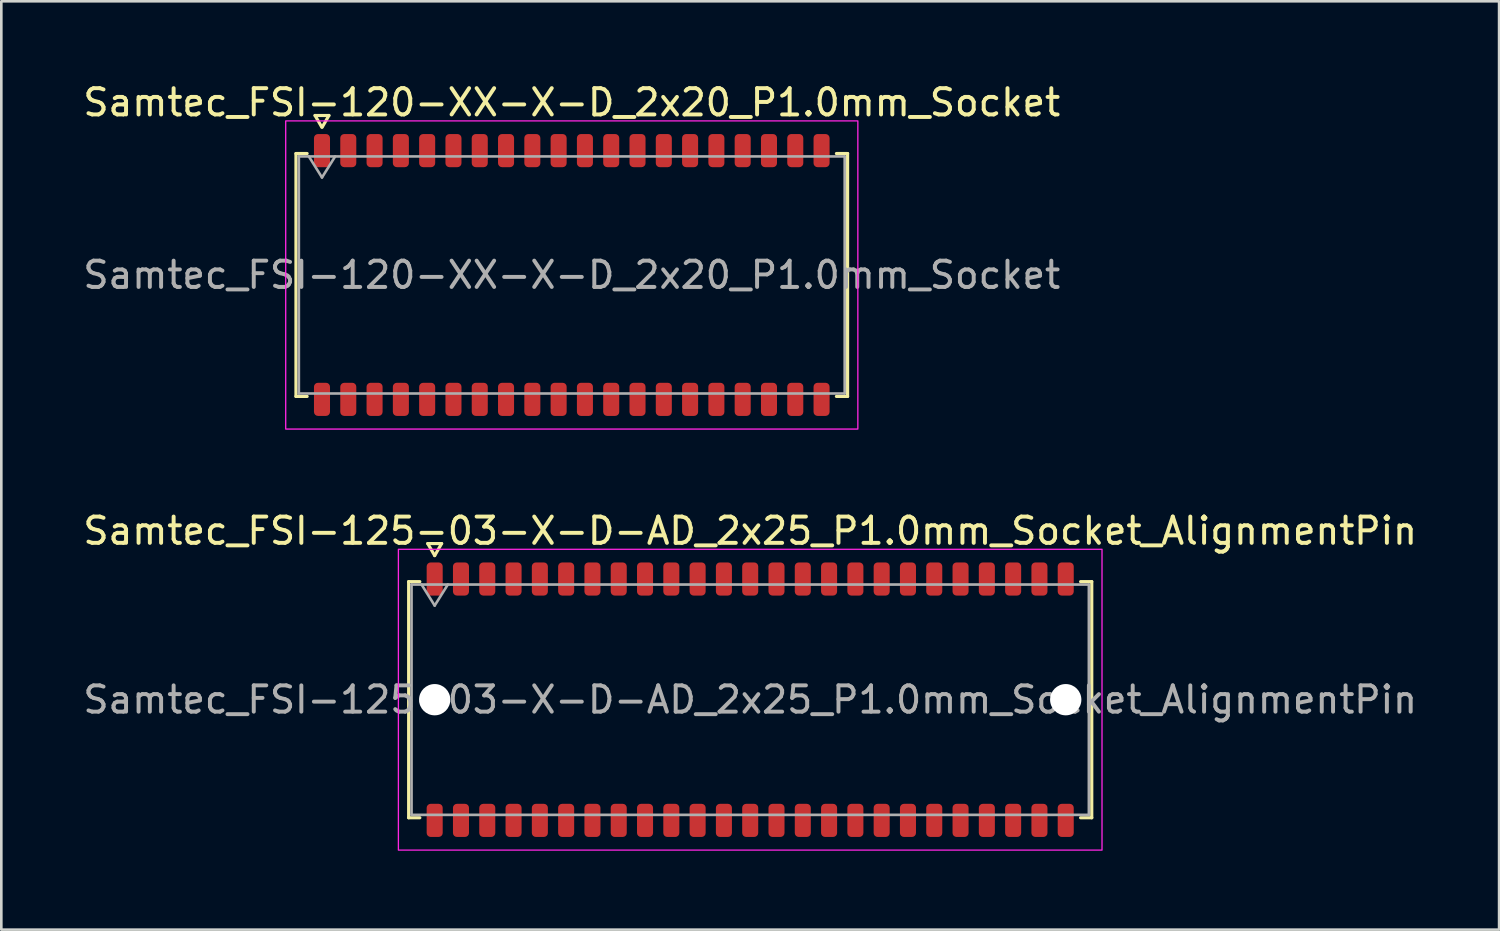
<source format=kicad_pcb>
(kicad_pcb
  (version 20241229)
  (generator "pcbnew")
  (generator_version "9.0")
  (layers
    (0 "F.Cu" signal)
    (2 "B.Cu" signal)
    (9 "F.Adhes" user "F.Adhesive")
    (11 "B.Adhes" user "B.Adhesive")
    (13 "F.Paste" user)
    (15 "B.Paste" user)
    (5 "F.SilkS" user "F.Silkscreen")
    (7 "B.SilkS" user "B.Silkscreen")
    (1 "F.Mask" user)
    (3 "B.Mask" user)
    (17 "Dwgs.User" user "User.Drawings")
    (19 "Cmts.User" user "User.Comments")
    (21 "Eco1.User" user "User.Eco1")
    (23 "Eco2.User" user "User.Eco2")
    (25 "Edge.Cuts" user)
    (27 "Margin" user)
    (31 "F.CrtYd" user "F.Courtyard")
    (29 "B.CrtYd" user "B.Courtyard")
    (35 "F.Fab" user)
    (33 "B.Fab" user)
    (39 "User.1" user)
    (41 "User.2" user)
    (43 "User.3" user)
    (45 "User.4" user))
  (footprint "Samtec_FSI-125-03-X-D-AD_2x25_P1.0mm_Socket_AlignmentPin"
    (layer "F.Cu")
    (at 25.482 23.561)
    (property "Reference" "Samtec_FSI-125-03-X-D-AD_2x25_P1.0mm_Socket_AlignmentPin" (at 0 -6.42 0) (layer "F.SilkS") (effects (font (size 1 1) (thickness 0.15))))
    (attr smd)
    (fp_line (start -12.99 -4.49) (end -12.565 -4.49) (stroke (width 0.12) (type solid)) (layer "F.SilkS"))
    (fp_line (start -12.99 4.49) (end -12.99 -4.49) (stroke (width 0.12) (type solid)) (layer "F.SilkS"))
    (fp_line (start -12.565 4.49) (end -12.99 4.49) (stroke (width 0.12) (type solid)) (layer "F.SilkS"))
    (fp_line (start -12.264 -5.938) (end -12 -5.48) (stroke (width 0.12) (type solid)) (layer "F.SilkS"))
    (fp_line (start -12 -5.48) (end -11.736 -5.938) (stroke (width 0.12) (type solid)) (layer "F.SilkS"))
    (fp_line (start -11.736 -5.938) (end -12.264 -5.938) (stroke (width 0.12) (type solid)) (layer "F.SilkS"))
    (fp_line (start 12.565 -4.49) (end 12.99 -4.49) (stroke (width 0.12) (type solid)) (layer "F.SilkS"))
    (fp_line (start 12.99 -4.49) (end 12.99 4.49) (stroke (width 0.12) (type solid)) (layer "F.SilkS"))
    (fp_line (start 12.99 4.49) (end 12.565 4.49) (stroke (width 0.12) (type solid)) (layer "F.SilkS"))
    (fp_rect (start -13.38 -5.72) (end 13.38 5.72) (stroke (width 0.05) (type solid)) (fill no) (layer "F.CrtYd"))
    (fp_line (start -12.88 -4.38) (end 12.88 -4.38) (stroke (width 0.1) (type solid)) (layer "F.Fab"))
    (fp_line (start -12.88 4.38) (end -12.88 -4.38) (stroke (width 0.1) (type solid)) (layer "F.Fab"))
    (fp_line (start -12.5 -4.38) (end -12 -3.58) (stroke (width 0.1) (type solid)) (layer "F.Fab"))
    (fp_line (start -12 -3.58) (end -11.5 -4.38) (stroke (width 0.1) (type solid)) (layer "F.Fab"))
    (fp_line (start 12.88 -4.38) (end 12.88 4.38) (stroke (width 0.1) (type solid)) (layer "F.Fab"))
    (fp_line (start 12.88 4.38) (end -12.88 4.38) (stroke (width 0.1) (type solid)) (layer "F.Fab"))
    (fp_text user "${REFERENCE}" (at 0 0 0) (layer "F.Fab") (effects (font (size 1 1) (thickness 0.15))))
    (pad "" np_thru_hole circle (at -12 0) (size 1.19 1.19) (drill 1.19) (layers "*.Cu" "*.Mask"))
    (pad "" np_thru_hole circle (at 12 0) (size 1.19 1.19) (drill 1.19) (layers "*.Cu" "*.Mask"))
    (pad "1" smd roundrect (at -12 -4.59) (size 0.61 1.26) (layers "F.Cu" "F.Mask" "F.Paste") (roundrect_rratio 0.25))
    (pad "2" smd roundrect (at -12 4.59) (size 0.61 1.26) (layers "F.Cu" "F.Mask" "F.Paste") (roundrect_rratio 0.25))
    (pad "3" smd roundrect (at -11 -4.59) (size 0.61 1.26) (layers "F.Cu" "F.Mask" "F.Paste") (roundrect_rratio 0.25))
    (pad "4" smd roundrect (at -11 4.59) (size 0.61 1.26) (layers "F.Cu" "F.Mask" "F.Paste") (roundrect_rratio 0.25))
    (pad "5" smd roundrect (at -10 -4.59) (size 0.61 1.26) (layers "F.Cu" "F.Mask" "F.Paste") (roundrect_rratio 0.25))
    (pad "6" smd roundrect (at -10 4.59) (size 0.61 1.26) (layers "F.Cu" "F.Mask" "F.Paste") (roundrect_rratio 0.25))
    (pad "7" smd roundrect (at -9 -4.59) (size 0.61 1.26) (layers "F.Cu" "F.Mask" "F.Paste") (roundrect_rratio 0.25))
    (pad "8" smd roundrect (at -9 4.59) (size 0.61 1.26) (layers "F.Cu" "F.Mask" "F.Paste") (roundrect_rratio 0.25))
    (pad "9" smd roundrect (at -8 -4.59) (size 0.61 1.26) (layers "F.Cu" "F.Mask" "F.Paste") (roundrect_rratio 0.25))
    (pad "10" smd roundrect (at -8 4.59) (size 0.61 1.26) (layers "F.Cu" "F.Mask" "F.Paste") (roundrect_rratio 0.25))
    (pad "11" smd roundrect (at -7 -4.59) (size 0.61 1.26) (layers "F.Cu" "F.Mask" "F.Paste") (roundrect_rratio 0.25))
    (pad "12" smd roundrect (at -7 4.59) (size 0.61 1.26) (layers "F.Cu" "F.Mask" "F.Paste") (roundrect_rratio 0.25))
    (pad "13" smd roundrect (at -6 -4.59) (size 0.61 1.26) (layers "F.Cu" "F.Mask" "F.Paste") (roundrect_rratio 0.25))
    (pad "14" smd roundrect (at -6 4.59) (size 0.61 1.26) (layers "F.Cu" "F.Mask" "F.Paste") (roundrect_rratio 0.25))
    (pad "15" smd roundrect (at -5 -4.59) (size 0.61 1.26) (layers "F.Cu" "F.Mask" "F.Paste") (roundrect_rratio 0.25))
    (pad "16" smd roundrect (at -5 4.59) (size 0.61 1.26) (layers "F.Cu" "F.Mask" "F.Paste") (roundrect_rratio 0.25))
    (pad "17" smd roundrect (at -4 -4.59) (size 0.61 1.26) (layers "F.Cu" "F.Mask" "F.Paste") (roundrect_rratio 0.25))
    (pad "18" smd roundrect (at -4 4.59) (size 0.61 1.26) (layers "F.Cu" "F.Mask" "F.Paste") (roundrect_rratio 0.25))
    (pad "19" smd roundrect (at -3 -4.59) (size 0.61 1.26) (layers "F.Cu" "F.Mask" "F.Paste") (roundrect_rratio 0.25))
    (pad "20" smd roundrect (at -3 4.59) (size 0.61 1.26) (layers "F.Cu" "F.Mask" "F.Paste") (roundrect_rratio 0.25))
    (pad "21" smd roundrect (at -2 -4.59) (size 0.61 1.26) (layers "F.Cu" "F.Mask" "F.Paste") (roundrect_rratio 0.25))
    (pad "22" smd roundrect (at -2 4.59) (size 0.61 1.26) (layers "F.Cu" "F.Mask" "F.Paste") (roundrect_rratio 0.25))
    (pad "23" smd roundrect (at -1 -4.59) (size 0.61 1.26) (layers "F.Cu" "F.Mask" "F.Paste") (roundrect_rratio 0.25))
    (pad "24" smd roundrect (at -1 4.59) (size 0.61 1.26) (layers "F.Cu" "F.Mask" "F.Paste") (roundrect_rratio 0.25))
    (pad "25" smd roundrect (at 0 -4.59) (size 0.61 1.26) (layers "F.Cu" "F.Mask" "F.Paste") (roundrect_rratio 0.25))
    (pad "26" smd roundrect (at 0 4.59) (size 0.61 1.26) (layers "F.Cu" "F.Mask" "F.Paste") (roundrect_rratio 0.25))
    (pad "27" smd roundrect (at 1 -4.59) (size 0.61 1.26) (layers "F.Cu" "F.Mask" "F.Paste") (roundrect_rratio 0.25))
    (pad "28" smd roundrect (at 1 4.59) (size 0.61 1.26) (layers "F.Cu" "F.Mask" "F.Paste") (roundrect_rratio 0.25))
    (pad "29" smd roundrect (at 2 -4.59) (size 0.61 1.26) (layers "F.Cu" "F.Mask" "F.Paste") (roundrect_rratio 0.25))
    (pad "30" smd roundrect (at 2 4.59) (size 0.61 1.26) (layers "F.Cu" "F.Mask" "F.Paste") (roundrect_rratio 0.25))
    (pad "31" smd roundrect (at 3 -4.59) (size 0.61 1.26) (layers "F.Cu" "F.Mask" "F.Paste") (roundrect_rratio 0.25))
    (pad "32" smd roundrect (at 3 4.59) (size 0.61 1.26) (layers "F.Cu" "F.Mask" "F.Paste") (roundrect_rratio 0.25))
    (pad "33" smd roundrect (at 4 -4.59) (size 0.61 1.26) (layers "F.Cu" "F.Mask" "F.Paste") (roundrect_rratio 0.25))
    (pad "34" smd roundrect (at 4 4.59) (size 0.61 1.26) (layers "F.Cu" "F.Mask" "F.Paste") (roundrect_rratio 0.25))
    (pad "35" smd roundrect (at 5 -4.59) (size 0.61 1.26) (layers "F.Cu" "F.Mask" "F.Paste") (roundrect_rratio 0.25))
    (pad "36" smd roundrect (at 5 4.59) (size 0.61 1.26) (layers "F.Cu" "F.Mask" "F.Paste") (roundrect_rratio 0.25))
    (pad "37" smd roundrect (at 6 -4.59) (size 0.61 1.26) (layers "F.Cu" "F.Mask" "F.Paste") (roundrect_rratio 0.25))
    (pad "38" smd roundrect (at 6 4.59) (size 0.61 1.26) (layers "F.Cu" "F.Mask" "F.Paste") (roundrect_rratio 0.25))
    (pad "39" smd roundrect (at 7 -4.59) (size 0.61 1.26) (layers "F.Cu" "F.Mask" "F.Paste") (roundrect_rratio 0.25))
    (pad "40" smd roundrect (at 7 4.59) (size 0.61 1.26) (layers "F.Cu" "F.Mask" "F.Paste") (roundrect_rratio 0.25))
    (pad "41" smd roundrect (at 8 -4.59) (size 0.61 1.26) (layers "F.Cu" "F.Mask" "F.Paste") (roundrect_rratio 0.25))
    (pad "42" smd roundrect (at 8 4.59) (size 0.61 1.26) (layers "F.Cu" "F.Mask" "F.Paste") (roundrect_rratio 0.25))
    (pad "43" smd roundrect (at 9 -4.59) (size 0.61 1.26) (layers "F.Cu" "F.Mask" "F.Paste") (roundrect_rratio 0.25))
    (pad "44" smd roundrect (at 9 4.59) (size 0.61 1.26) (layers "F.Cu" "F.Mask" "F.Paste") (roundrect_rratio 0.25))
    (pad "45" smd roundrect (at 10 -4.59) (size 0.61 1.26) (layers "F.Cu" "F.Mask" "F.Paste") (roundrect_rratio 0.25))
    (pad "46" smd roundrect (at 10 4.59) (size 0.61 1.26) (layers "F.Cu" "F.Mask" "F.Paste") (roundrect_rratio 0.25))
    (pad "47" smd roundrect (at 11 -4.59) (size 0.61 1.26) (layers "F.Cu" "F.Mask" "F.Paste") (roundrect_rratio 0.25))
    (pad "48" smd roundrect (at 11 4.59) (size 0.61 1.26) (layers "F.Cu" "F.Mask" "F.Paste") (roundrect_rratio 0.25))
    (pad "49" smd roundrect (at 12 -4.59) (size 0.61 1.26) (layers "F.Cu" "F.Mask" "F.Paste") (roundrect_rratio 0.25))
    (pad "50" smd roundrect (at 12 4.59) (size 0.61 1.26) (layers "F.Cu" "F.Mask" "F.Paste") (roundrect_rratio 0.25)))
  (footprint "Samtec_FSI-120-XX-X-D_2x20_P1.0mm_Socket"
    (layer "F.Cu")
    (at 18.696 7.408)
    (property "Reference" "Samtec_FSI-120-XX-X-D_2x20_P1.0mm_Socket" (at 0 -6.56 0) (layer "F.SilkS") (effects (font (size 1 1) (thickness 0.15))))
    (attr smd)
    (fp_line (start -10.49 -4.619) (end -10.065 -4.619) (stroke (width 0.12) (type solid)) (layer "F.SilkS"))
    (fp_line (start -10.49 4.619) (end -10.49 -4.619) (stroke (width 0.12) (type solid)) (layer "F.SilkS"))
    (fp_line (start -10.065 4.619) (end -10.49 4.619) (stroke (width 0.12) (type solid)) (layer "F.SilkS"))
    (fp_line (start -9.764 -6.066) (end -9.507 -5.62) (stroke (width 0.12) (type solid)) (layer "F.SilkS"))
    (fp_line (start -9.493 -5.62) (end -9.236 -6.066) (stroke (width 0.12) (type solid)) (layer "F.SilkS"))
    (fp_line (start -9.236 -6.066) (end -9.764 -6.066) (stroke (width 0.12) (type solid)) (layer "F.SilkS"))
    (fp_line (start 10.065 -4.619) (end 10.49 -4.619) (stroke (width 0.12) (type solid)) (layer "F.SilkS"))
    (fp_line (start 10.49 -4.619) (end 10.49 4.619) (stroke (width 0.12) (type solid)) (layer "F.SilkS"))
    (fp_line (start 10.49 4.619) (end 10.065 4.619) (stroke (width 0.12) (type solid)) (layer "F.SilkS"))
    (fp_rect (start -10.88 -5.86) (end 10.88 5.86) (stroke (width 0.05) (type solid)) (fill no) (layer "F.CrtYd"))
    (fp_line (start -10.38 -4.508) (end 10.38 -4.508) (stroke (width 0.1) (type solid)) (layer "F.Fab"))
    (fp_line (start -10.38 4.508) (end -10.38 -4.508) (stroke (width 0.1) (type solid)) (layer "F.Fab"))
    (fp_line (start -10 -4.508) (end -9.5 -3.708) (stroke (width 0.1) (type solid)) (layer "F.Fab"))
    (fp_line (start -9.5 -3.708) (end -9 -4.508) (stroke (width 0.1) (type solid)) (layer "F.Fab"))
    (fp_line (start 10.38 -4.508) (end 10.38 4.508) (stroke (width 0.1) (type solid)) (layer "F.Fab"))
    (fp_line (start 10.38 4.508) (end -10.38 4.508) (stroke (width 0.1) (type solid)) (layer "F.Fab"))
    (fp_text user "${REFERENCE}" (at 0 0 0) (layer "F.Fab") (effects (font (size 1 1) (thickness 0.15))))
    (pad "1" smd roundrect (at -9.5 -4.73) (size 0.61 1.26) (layers "F.Cu" "F.Mask" "F.Paste") (roundrect_rratio 0.25))
    (pad "2" smd roundrect (at -9.5 4.73) (size 0.61 1.26) (layers "F.Cu" "F.Mask" "F.Paste") (roundrect_rratio 0.25))
    (pad "3" smd roundrect (at -8.5 -4.73) (size 0.61 1.26) (layers "F.Cu" "F.Mask" "F.Paste") (roundrect_rratio 0.25))
    (pad "4" smd roundrect (at -8.5 4.73) (size 0.61 1.26) (layers "F.Cu" "F.Mask" "F.Paste") (roundrect_rratio 0.25))
    (pad "5" smd roundrect (at -7.5 -4.73) (size 0.61 1.26) (layers "F.Cu" "F.Mask" "F.Paste") (roundrect_rratio 0.25))
    (pad "6" smd roundrect (at -7.5 4.73) (size 0.61 1.26) (layers "F.Cu" "F.Mask" "F.Paste") (roundrect_rratio 0.25))
    (pad "7" smd roundrect (at -6.5 -4.73) (size 0.61 1.26) (layers "F.Cu" "F.Mask" "F.Paste") (roundrect_rratio 0.25))
    (pad "8" smd roundrect (at -6.5 4.73) (size 0.61 1.26) (layers "F.Cu" "F.Mask" "F.Paste") (roundrect_rratio 0.25))
    (pad "9" smd roundrect (at -5.5 -4.73) (size 0.61 1.26) (layers "F.Cu" "F.Mask" "F.Paste") (roundrect_rratio 0.25))
    (pad "10" smd roundrect (at -5.5 4.73) (size 0.61 1.26) (layers "F.Cu" "F.Mask" "F.Paste") (roundrect_rratio 0.25))
    (pad "11" smd roundrect (at -4.5 -4.73) (size 0.61 1.26) (layers "F.Cu" "F.Mask" "F.Paste") (roundrect_rratio 0.25))
    (pad "12" smd roundrect (at -4.5 4.73) (size 0.61 1.26) (layers "F.Cu" "F.Mask" "F.Paste") (roundrect_rratio 0.25))
    (pad "13" smd roundrect (at -3.5 -4.73) (size 0.61 1.26) (layers "F.Cu" "F.Mask" "F.Paste") (roundrect_rratio 0.25))
    (pad "14" smd roundrect (at -3.5 4.73) (size 0.61 1.26) (layers "F.Cu" "F.Mask" "F.Paste") (roundrect_rratio 0.25))
    (pad "15" smd roundrect (at -2.5 -4.73) (size 0.61 1.26) (layers "F.Cu" "F.Mask" "F.Paste") (roundrect_rratio 0.25))
    (pad "16" smd roundrect (at -2.5 4.73) (size 0.61 1.26) (layers "F.Cu" "F.Mask" "F.Paste") (roundrect_rratio 0.25))
    (pad "17" smd roundrect (at -1.5 -4.73) (size 0.61 1.26) (layers "F.Cu" "F.Mask" "F.Paste") (roundrect_rratio 0.25))
    (pad "18" smd roundrect (at -1.5 4.73) (size 0.61 1.26) (layers "F.Cu" "F.Mask" "F.Paste") (roundrect_rratio 0.25))
    (pad "19" smd roundrect (at -0.5 -4.73) (size 0.61 1.26) (layers "F.Cu" "F.Mask" "F.Paste") (roundrect_rratio 0.25))
    (pad "20" smd roundrect (at -0.5 4.73) (size 0.61 1.26) (layers "F.Cu" "F.Mask" "F.Paste") (roundrect_rratio 0.25))
    (pad "21" smd roundrect (at 0.5 -4.73) (size 0.61 1.26) (layers "F.Cu" "F.Mask" "F.Paste") (roundrect_rratio 0.25))
    (pad "22" smd roundrect (at 0.5 4.73) (size 0.61 1.26) (layers "F.Cu" "F.Mask" "F.Paste") (roundrect_rratio 0.25))
    (pad "23" smd roundrect (at 1.5 -4.73) (size 0.61 1.26) (layers "F.Cu" "F.Mask" "F.Paste") (roundrect_rratio 0.25))
    (pad "24" smd roundrect (at 1.5 4.73) (size 0.61 1.26) (layers "F.Cu" "F.Mask" "F.Paste") (roundrect_rratio 0.25))
    (pad "25" smd roundrect (at 2.5 -4.73) (size 0.61 1.26) (layers "F.Cu" "F.Mask" "F.Paste") (roundrect_rratio 0.25))
    (pad "26" smd roundrect (at 2.5 4.73) (size 0.61 1.26) (layers "F.Cu" "F.Mask" "F.Paste") (roundrect_rratio 0.25))
    (pad "27" smd roundrect (at 3.5 -4.73) (size 0.61 1.26) (layers "F.Cu" "F.Mask" "F.Paste") (roundrect_rratio 0.25))
    (pad "28" smd roundrect (at 3.5 4.73) (size 0.61 1.26) (layers "F.Cu" "F.Mask" "F.Paste") (roundrect_rratio 0.25))
    (pad "29" smd roundrect (at 4.5 -4.73) (size 0.61 1.26) (layers "F.Cu" "F.Mask" "F.Paste") (roundrect_rratio 0.25))
    (pad "30" smd roundrect (at 4.5 4.73) (size 0.61 1.26) (layers "F.Cu" "F.Mask" "F.Paste") (roundrect_rratio 0.25))
    (pad "31" smd roundrect (at 5.5 -4.73) (size 0.61 1.26) (layers "F.Cu" "F.Mask" "F.Paste") (roundrect_rratio 0.25))
    (pad "32" smd roundrect (at 5.5 4.73) (size 0.61 1.26) (layers "F.Cu" "F.Mask" "F.Paste") (roundrect_rratio 0.25))
    (pad "33" smd roundrect (at 6.5 -4.73) (size 0.61 1.26) (layers "F.Cu" "F.Mask" "F.Paste") (roundrect_rratio 0.25))
    (pad "34" smd roundrect (at 6.5 4.73) (size 0.61 1.26) (layers "F.Cu" "F.Mask" "F.Paste") (roundrect_rratio 0.25))
    (pad "35" smd roundrect (at 7.5 -4.73) (size 0.61 1.26) (layers "F.Cu" "F.Mask" "F.Paste") (roundrect_rratio 0.25))
    (pad "36" smd roundrect (at 7.5 4.73) (size 0.61 1.26) (layers "F.Cu" "F.Mask" "F.Paste") (roundrect_rratio 0.25))
    (pad "37" smd roundrect (at 8.5 -4.73) (size 0.61 1.26) (layers "F.Cu" "F.Mask" "F.Paste") (roundrect_rratio 0.25))
    (pad "38" smd roundrect (at 8.5 4.73) (size 0.61 1.26) (layers "F.Cu" "F.Mask" "F.Paste") (roundrect_rratio 0.25))
    (pad "39" smd roundrect (at 9.5 -4.73) (size 0.61 1.26) (layers "F.Cu" "F.Mask" "F.Paste") (roundrect_rratio 0.25))
    (pad "40" smd roundrect (at 9.5 4.73) (size 0.61 1.26) (layers "F.Cu" "F.Mask" "F.Paste") (roundrect_rratio 0.25)))
  (gr_rect
    (start -3 -3)
    (end 53.964 32.306)
    (stroke (width 0.1) (type default))
    (fill no)
    (layer "Edge.Cuts")))
</source>
